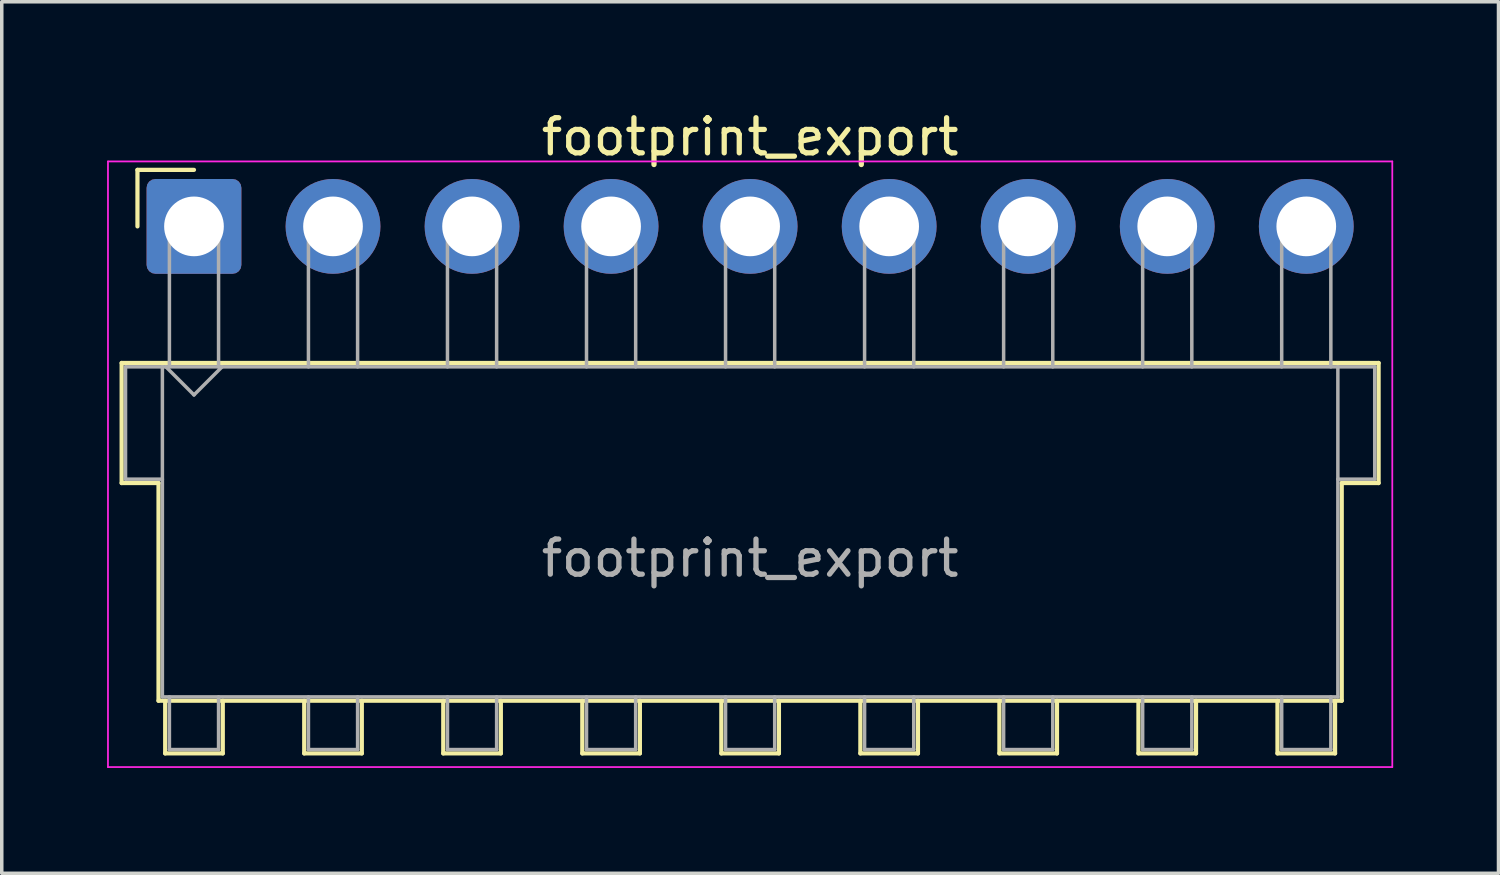
<source format=kicad_pcb>
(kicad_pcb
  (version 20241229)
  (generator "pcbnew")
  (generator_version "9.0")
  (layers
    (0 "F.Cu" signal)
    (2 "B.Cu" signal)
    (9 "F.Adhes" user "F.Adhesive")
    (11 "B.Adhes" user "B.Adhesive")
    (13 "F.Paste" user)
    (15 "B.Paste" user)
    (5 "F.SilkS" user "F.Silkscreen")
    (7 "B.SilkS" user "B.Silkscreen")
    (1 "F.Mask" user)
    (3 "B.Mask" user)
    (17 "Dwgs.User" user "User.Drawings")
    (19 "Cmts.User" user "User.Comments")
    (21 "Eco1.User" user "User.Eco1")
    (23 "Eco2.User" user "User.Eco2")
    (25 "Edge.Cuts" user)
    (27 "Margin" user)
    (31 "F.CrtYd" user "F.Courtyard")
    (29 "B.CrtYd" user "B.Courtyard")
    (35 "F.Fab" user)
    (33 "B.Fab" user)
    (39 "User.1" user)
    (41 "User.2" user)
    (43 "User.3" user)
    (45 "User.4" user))
  (footprint "footprint_export"
    (layer "F.Cu")
    (at 2.475 3.398)
    (property "Reference" "footprint_export" (at 15.84 -2.55 0) (layer "F.SilkS") (effects (font (size 1 1) (thickness 0.15))))
    (attr through_hole)
    (fp_line (start -2.06 3.89) (end 33.74 3.89) (stroke (width 0.12) (type solid)) (layer "F.SilkS"))
    (fp_line (start -2.06 7.31) (end -2.06 3.89) (stroke (width 0.12) (type solid)) (layer "F.SilkS"))
    (fp_line (start -1.61 -1.61) (end -1.61 0) (stroke (width 0.12) (type solid)) (layer "F.SilkS"))
    (fp_line (start -1.01 7.31) (end -2.06 7.31) (stroke (width 0.12) (type solid)) (layer "F.SilkS"))
    (fp_line (start -1.01 13.51) (end -1.01 7.31) (stroke (width 0.12) (type solid)) (layer "F.SilkS"))
    (fp_line (start -0.82 13.51) (end -0.82 15.01) (stroke (width 0.12) (type solid)) (layer "F.SilkS"))
    (fp_line (start -0.82 15.01) (end 0.82 15.01) (stroke (width 0.12) (type solid)) (layer "F.SilkS"))
    (fp_line (start 0 -1.61) (end -1.61 -1.61) (stroke (width 0.12) (type solid)) (layer "F.SilkS"))
    (fp_line (start 0.82 15.01) (end 0.82 13.51) (stroke (width 0.12) (type solid)) (layer "F.SilkS"))
    (fp_line (start 3.14 13.51) (end 3.14 15.01) (stroke (width 0.12) (type solid)) (layer "F.SilkS"))
    (fp_line (start 3.14 15.01) (end 4.78 15.01) (stroke (width 0.12) (type solid)) (layer "F.SilkS"))
    (fp_line (start 4.78 15.01) (end 4.78 13.51) (stroke (width 0.12) (type solid)) (layer "F.SilkS"))
    (fp_line (start 7.1 13.51) (end 7.1 15.01) (stroke (width 0.12) (type solid)) (layer "F.SilkS"))
    (fp_line (start 7.1 15.01) (end 8.74 15.01) (stroke (width 0.12) (type solid)) (layer "F.SilkS"))
    (fp_line (start 8.74 15.01) (end 8.74 13.51) (stroke (width 0.12) (type solid)) (layer "F.SilkS"))
    (fp_line (start 11.06 13.51) (end 11.06 15.01) (stroke (width 0.12) (type solid)) (layer "F.SilkS"))
    (fp_line (start 11.06 15.01) (end 12.7 15.01) (stroke (width 0.12) (type solid)) (layer "F.SilkS"))
    (fp_line (start 12.7 15.01) (end 12.7 13.51) (stroke (width 0.12) (type solid)) (layer "F.SilkS"))
    (fp_line (start 15.02 13.51) (end 15.02 15.01) (stroke (width 0.12) (type solid)) (layer "F.SilkS"))
    (fp_line (start 15.02 15.01) (end 16.66 15.01) (stroke (width 0.12) (type solid)) (layer "F.SilkS"))
    (fp_line (start 16.66 15.01) (end 16.66 13.51) (stroke (width 0.12) (type solid)) (layer "F.SilkS"))
    (fp_line (start 18.98 13.51) (end 18.98 15.01) (stroke (width 0.12) (type solid)) (layer "F.SilkS"))
    (fp_line (start 18.98 15.01) (end 20.62 15.01) (stroke (width 0.12) (type solid)) (layer "F.SilkS"))
    (fp_line (start 20.62 15.01) (end 20.62 13.51) (stroke (width 0.12) (type solid)) (layer "F.SilkS"))
    (fp_line (start 22.94 13.51) (end 22.94 15.01) (stroke (width 0.12) (type solid)) (layer "F.SilkS"))
    (fp_line (start 22.94 15.01) (end 24.58 15.01) (stroke (width 0.12) (type solid)) (layer "F.SilkS"))
    (fp_line (start 24.58 15.01) (end 24.58 13.51) (stroke (width 0.12) (type solid)) (layer "F.SilkS"))
    (fp_line (start 26.9 13.51) (end 26.9 15.01) (stroke (width 0.12) (type solid)) (layer "F.SilkS"))
    (fp_line (start 26.9 15.01) (end 28.54 15.01) (stroke (width 0.12) (type solid)) (layer "F.SilkS"))
    (fp_line (start 28.54 15.01) (end 28.54 13.51) (stroke (width 0.12) (type solid)) (layer "F.SilkS"))
    (fp_line (start 30.86 13.51) (end 30.86 15.01) (stroke (width 0.12) (type solid)) (layer "F.SilkS"))
    (fp_line (start 30.86 15.01) (end 32.5 15.01) (stroke (width 0.12) (type solid)) (layer "F.SilkS"))
    (fp_line (start 32.5 15.01) (end 32.5 13.51) (stroke (width 0.12) (type solid)) (layer "F.SilkS"))
    (fp_line (start 32.69 7.31) (end 32.69 13.51) (stroke (width 0.12) (type solid)) (layer "F.SilkS"))
    (fp_line (start 32.69 13.51) (end -1.01 13.51) (stroke (width 0.12) (type solid)) (layer "F.SilkS"))
    (fp_line (start 33.74 3.89) (end 33.74 7.31) (stroke (width 0.12) (type solid)) (layer "F.SilkS"))
    (fp_line (start 33.74 7.31) (end 32.69 7.31) (stroke (width 0.12) (type solid)) (layer "F.SilkS"))
    (fp_line (start -2.45 -1.85) (end -2.45 15.4) (stroke (width 0.05) (type solid)) (layer "F.CrtYd"))
    (fp_line (start -2.45 15.4) (end 34.13 15.4) (stroke (width 0.05) (type solid)) (layer "F.CrtYd"))
    (fp_line (start 34.13 -1.85) (end -2.45 -1.85) (stroke (width 0.05) (type solid)) (layer "F.CrtYd"))
    (fp_line (start 34.13 15.4) (end 34.13 -1.85) (stroke (width 0.05) (type solid)) (layer "F.CrtYd"))
    (fp_line (start -1.95 4) (end -0.9 4) (stroke (width 0.1) (type solid)) (layer "F.Fab"))
    (fp_line (start -1.95 7.2) (end -1.95 4) (stroke (width 0.1) (type solid)) (layer "F.Fab"))
    (fp_line (start -0.9 4) (end -0.9 13.4) (stroke (width 0.1) (type solid)) (layer "F.Fab"))
    (fp_line (start -0.9 7.2) (end -1.95 7.2) (stroke (width 0.1) (type solid)) (layer "F.Fab"))
    (fp_line (start -0.9 13.4) (end 32.58 13.4) (stroke (width 0.1) (type solid)) (layer "F.Fab"))
    (fp_line (start -0.8 4) (end 0 4.8) (stroke (width 0.1) (type solid)) (layer "F.Fab"))
    (fp_line (start -0.7 0) (end 0.7 0) (stroke (width 0.1) (type solid)) (layer "F.Fab"))
    (fp_line (start -0.7 4) (end -0.7 0) (stroke (width 0.1) (type solid)) (layer "F.Fab"))
    (fp_line (start -0.7 13.4) (end -0.7 14.9) (stroke (width 0.1) (type solid)) (layer "F.Fab"))
    (fp_line (start -0.7 14.9) (end 0.7 14.9) (stroke (width 0.1) (type solid)) (layer "F.Fab"))
    (fp_line (start 0 4.8) (end 0.8 4) (stroke (width 0.1) (type solid)) (layer "F.Fab"))
    (fp_line (start 0.7 0) (end 0.7 4) (stroke (width 0.1) (type solid)) (layer "F.Fab"))
    (fp_line (start 0.7 14.9) (end 0.7 13.4) (stroke (width 0.1) (type solid)) (layer "F.Fab"))
    (fp_line (start 3.26 0) (end 4.66 0) (stroke (width 0.1) (type solid)) (layer "F.Fab"))
    (fp_line (start 3.26 4) (end 3.26 0) (stroke (width 0.1) (type solid)) (layer "F.Fab"))
    (fp_line (start 3.26 13.4) (end 3.26 14.9) (stroke (width 0.1) (type solid)) (layer "F.Fab"))
    (fp_line (start 3.26 14.9) (end 4.66 14.9) (stroke (width 0.1) (type solid)) (layer "F.Fab"))
    (fp_line (start 4.66 0) (end 4.66 4) (stroke (width 0.1) (type solid)) (layer "F.Fab"))
    (fp_line (start 4.66 14.9) (end 4.66 13.4) (stroke (width 0.1) (type solid)) (layer "F.Fab"))
    (fp_line (start 7.22 0) (end 8.62 0) (stroke (width 0.1) (type solid)) (layer "F.Fab"))
    (fp_line (start 7.22 4) (end 7.22 0) (stroke (width 0.1) (type solid)) (layer "F.Fab"))
    (fp_line (start 7.22 13.4) (end 7.22 14.9) (stroke (width 0.1) (type solid)) (layer "F.Fab"))
    (fp_line (start 7.22 14.9) (end 8.62 14.9) (stroke (width 0.1) (type solid)) (layer "F.Fab"))
    (fp_line (start 8.62 0) (end 8.62 4) (stroke (width 0.1) (type solid)) (layer "F.Fab"))
    (fp_line (start 8.62 14.9) (end 8.62 13.4) (stroke (width 0.1) (type solid)) (layer "F.Fab"))
    (fp_line (start 11.18 0) (end 12.58 0) (stroke (width 0.1) (type solid)) (layer "F.Fab"))
    (fp_line (start 11.18 4) (end 11.18 0) (stroke (width 0.1) (type solid)) (layer "F.Fab"))
    (fp_line (start 11.18 13.4) (end 11.18 14.9) (stroke (width 0.1) (type solid)) (layer "F.Fab"))
    (fp_line (start 11.18 14.9) (end 12.58 14.9) (stroke (width 0.1) (type solid)) (layer "F.Fab"))
    (fp_line (start 12.58 0) (end 12.58 4) (stroke (width 0.1) (type solid)) (layer "F.Fab"))
    (fp_line (start 12.58 14.9) (end 12.58 13.4) (stroke (width 0.1) (type solid)) (layer "F.Fab"))
    (fp_line (start 15.14 0) (end 16.54 0) (stroke (width 0.1) (type solid)) (layer "F.Fab"))
    (fp_line (start 15.14 4) (end 15.14 0) (stroke (width 0.1) (type solid)) (layer "F.Fab"))
    (fp_line (start 15.14 13.4) (end 15.14 14.9) (stroke (width 0.1) (type solid)) (layer "F.Fab"))
    (fp_line (start 15.14 14.9) (end 16.54 14.9) (stroke (width 0.1) (type solid)) (layer "F.Fab"))
    (fp_line (start 16.54 0) (end 16.54 4) (stroke (width 0.1) (type solid)) (layer "F.Fab"))
    (fp_line (start 16.54 14.9) (end 16.54 13.4) (stroke (width 0.1) (type solid)) (layer "F.Fab"))
    (fp_line (start 19.1 0) (end 20.5 0) (stroke (width 0.1) (type solid)) (layer "F.Fab"))
    (fp_line (start 19.1 4) (end 19.1 0) (stroke (width 0.1) (type solid)) (layer "F.Fab"))
    (fp_line (start 19.1 13.4) (end 19.1 14.9) (stroke (width 0.1) (type solid)) (layer "F.Fab"))
    (fp_line (start 19.1 14.9) (end 20.5 14.9) (stroke (width 0.1) (type solid)) (layer "F.Fab"))
    (fp_line (start 20.5 0) (end 20.5 4) (stroke (width 0.1) (type solid)) (layer "F.Fab"))
    (fp_line (start 20.5 14.9) (end 20.5 13.4) (stroke (width 0.1) (type solid)) (layer "F.Fab"))
    (fp_line (start 23.06 0) (end 24.46 0) (stroke (width 0.1) (type solid)) (layer "F.Fab"))
    (fp_line (start 23.06 4) (end 23.06 0) (stroke (width 0.1) (type solid)) (layer "F.Fab"))
    (fp_line (start 23.06 13.4) (end 23.06 14.9) (stroke (width 0.1) (type solid)) (layer "F.Fab"))
    (fp_line (start 23.06 14.9) (end 24.46 14.9) (stroke (width 0.1) (type solid)) (layer "F.Fab"))
    (fp_line (start 24.46 0) (end 24.46 4) (stroke (width 0.1) (type solid)) (layer "F.Fab"))
    (fp_line (start 24.46 14.9) (end 24.46 13.4) (stroke (width 0.1) (type solid)) (layer "F.Fab"))
    (fp_line (start 27.02 0) (end 28.42 0) (stroke (width 0.1) (type solid)) (layer "F.Fab"))
    (fp_line (start 27.02 4) (end 27.02 0) (stroke (width 0.1) (type solid)) (layer "F.Fab"))
    (fp_line (start 27.02 13.4) (end 27.02 14.9) (stroke (width 0.1) (type solid)) (layer "F.Fab"))
    (fp_line (start 27.02 14.9) (end 28.42 14.9) (stroke (width 0.1) (type solid)) (layer "F.Fab"))
    (fp_line (start 28.42 0) (end 28.42 4) (stroke (width 0.1) (type solid)) (layer "F.Fab"))
    (fp_line (start 28.42 14.9) (end 28.42 13.4) (stroke (width 0.1) (type solid)) (layer "F.Fab"))
    (fp_line (start 30.98 0) (end 32.38 0) (stroke (width 0.1) (type solid)) (layer "F.Fab"))
    (fp_line (start 30.98 4) (end 30.98 0) (stroke (width 0.1) (type solid)) (layer "F.Fab"))
    (fp_line (start 30.98 13.4) (end 30.98 14.9) (stroke (width 0.1) (type solid)) (layer "F.Fab"))
    (fp_line (start 30.98 14.9) (end 32.38 14.9) (stroke (width 0.1) (type solid)) (layer "F.Fab"))
    (fp_line (start 32.38 0) (end 32.38 4) (stroke (width 0.1) (type solid)) (layer "F.Fab"))
    (fp_line (start 32.38 14.9) (end 32.38 13.4) (stroke (width 0.1) (type solid)) (layer "F.Fab"))
    (fp_line (start 32.58 4) (end -0.9 4) (stroke (width 0.1) (type solid)) (layer "F.Fab"))
    (fp_line (start 32.58 4) (end 33.63 4) (stroke (width 0.1) (type solid)) (layer "F.Fab"))
    (fp_line (start 32.58 13.4) (end 32.58 4) (stroke (width 0.1) (type solid)) (layer "F.Fab"))
    (fp_line (start 33.63 4) (end 33.63 7.2) (stroke (width 0.1) (type solid)) (layer "F.Fab"))
    (fp_line (start 33.63 7.2) (end 32.58 7.2) (stroke (width 0.1) (type solid)) (layer "F.Fab"))
    (fp_text user "${REFERENCE}" (at 15.84 9.45 0) (layer "F.Fab") (effects (font (size 1 1) (thickness 0.15))))
    (pad "1" thru_hole roundrect (at 0 0) (size 2.7 2.7) (drill 1.7) (layers "*.Cu" "*.Mask") (roundrect_rratio 0.093))
    (pad "2" thru_hole circle (at 3.96 0) (size 2.7 2.7) (drill 1.7) (layers "*.Cu" "*.Mask"))
    (pad "3" thru_hole circle (at 7.92 0) (size 2.7 2.7) (drill 1.7) (layers "*.Cu" "*.Mask"))
    (pad "4" thru_hole circle (at 11.88 0) (size 2.7 2.7) (drill 1.7) (layers "*.Cu" "*.Mask"))
    (pad "5" thru_hole circle (at 15.84 0) (size 2.7 2.7) (drill 1.7) (layers "*.Cu" "*.Mask"))
    (pad "6" thru_hole circle (at 19.8 0) (size 2.7 2.7) (drill 1.7) (layers "*.Cu" "*.Mask"))
    (pad "7" thru_hole circle (at 23.76 0) (size 2.7 2.7) (drill 1.7) (layers "*.Cu" "*.Mask"))
    (pad "8" thru_hole circle (at 27.72 0) (size 2.7 2.7) (drill 1.7) (layers "*.Cu" "*.Mask"))
    (pad "9" thru_hole circle (at 31.68 0) (size 2.7 2.7) (drill 1.7) (layers "*.Cu" "*.Mask")))
  (gr_rect
    (start -3 -3)
    (end 39.63 21.823)
    (stroke (width 0.1) (type default))
    (fill no)
    (layer "Edge.Cuts")))
</source>
